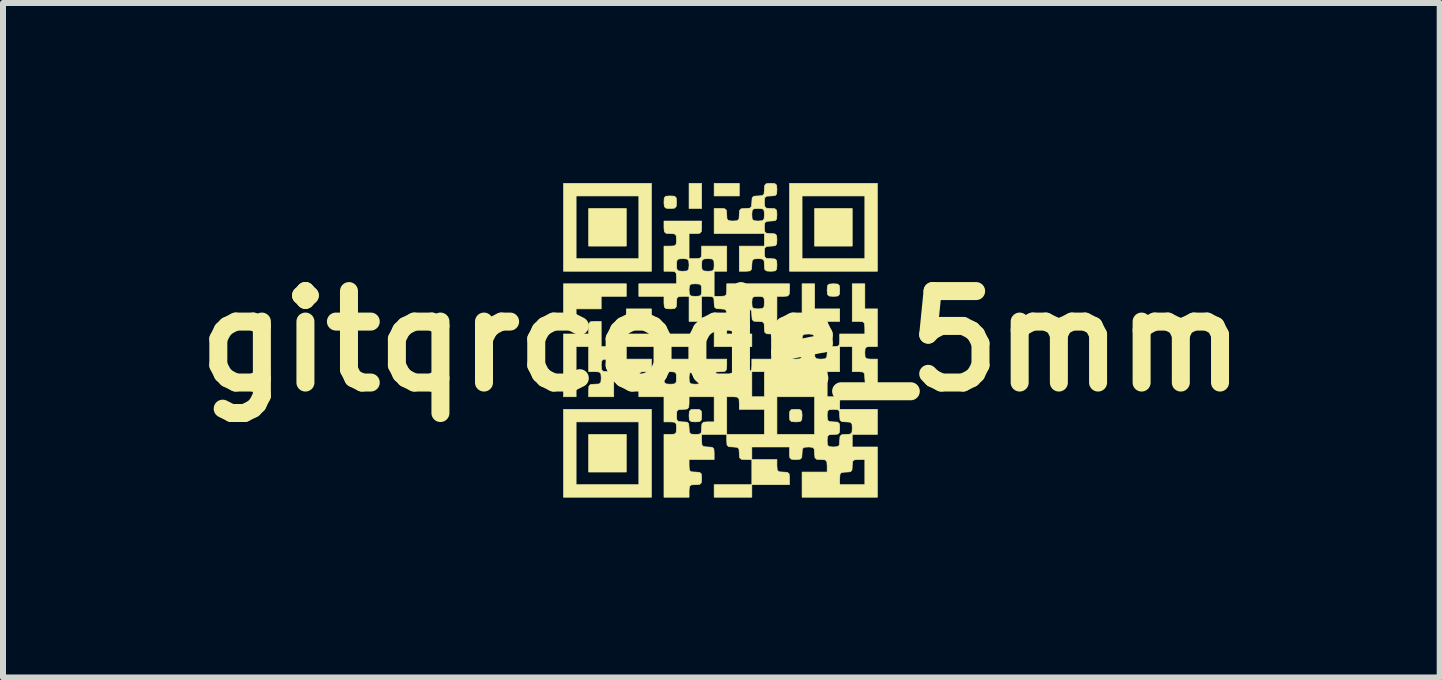
<source format=kicad_pcb>
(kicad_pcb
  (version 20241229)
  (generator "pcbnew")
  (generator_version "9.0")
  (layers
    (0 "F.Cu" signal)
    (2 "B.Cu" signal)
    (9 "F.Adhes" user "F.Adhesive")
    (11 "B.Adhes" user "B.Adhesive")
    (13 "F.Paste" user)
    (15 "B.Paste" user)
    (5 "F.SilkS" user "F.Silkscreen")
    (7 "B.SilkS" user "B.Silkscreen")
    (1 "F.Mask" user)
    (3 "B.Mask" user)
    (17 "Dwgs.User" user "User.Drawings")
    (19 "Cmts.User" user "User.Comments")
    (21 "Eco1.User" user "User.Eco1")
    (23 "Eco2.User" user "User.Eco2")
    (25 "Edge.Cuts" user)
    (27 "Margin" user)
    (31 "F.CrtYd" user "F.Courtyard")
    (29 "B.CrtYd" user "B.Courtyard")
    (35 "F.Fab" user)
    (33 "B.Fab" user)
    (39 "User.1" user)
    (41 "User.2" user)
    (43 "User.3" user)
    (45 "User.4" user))
  (footprint "gitqrcode_5mm"
    (layer "F.Cu")
    (at 8.97 2.635)
    (property "Reference" "gitqrcode_5mm" (at 0 0 0) (layer "F.SilkS") (effects (font (size 1.524 1.524) (thickness 0.3))))
    (attr through_hole)
    (fp_poly (pts (xy -1.584 -1.584) (xy -2.211 -1.584) (xy -2.211 -2.211) (xy -1.584 -2.211) (xy -1.584 -1.584)) (stroke (width 0.01) (type solid)) (fill yes) (layer "F.SilkS"))
    (fp_poly (pts (xy -1.584 2.181) (xy -2.211 2.181) (xy -2.211 1.554) (xy -1.584 1.554) (xy -1.584 2.181)) (stroke (width 0.01) (type solid)) (fill yes) (layer "F.SilkS"))
    (fp_poly (pts (xy -1.165 -0.329) (xy -1.584 -0.329) (xy -1.584 -0.538) (xy -1.165 -0.538) (xy -1.165 -0.329)) (stroke (width 0.01) (type solid)) (fill yes) (layer "F.SilkS"))
    (fp_poly (pts (xy -0.329 -2.211) (xy -0.538 -2.211) (xy -0.538 -2.63) (xy -0.329 -2.63) (xy -0.329 -2.211)) (stroke (width 0.01) (type solid)) (fill yes) (layer "F.SilkS"))
    (fp_poly (pts (xy 0.299 -2.42) (xy -0.12 -2.42) (xy -0.12 -2.63) (xy 0.299 -2.63) (xy 0.299 -2.42)) (stroke (width 0.01) (type solid)) (fill yes) (layer "F.SilkS"))
    (fp_poly (pts (xy 0.508 2.6) (xy -0.12 2.6) (xy -0.12 2.391) (xy 0.508 2.391) (xy 0.508 2.6)) (stroke (width 0.01) (type solid)) (fill yes) (layer "F.SilkS"))
    (fp_poly (pts (xy 2.181 -1.584) (xy 1.554 -1.584) (xy 1.554 -2.211) (xy 2.181 -2.211) (xy 2.181 -1.584)) (stroke (width 0.01) (type solid)) (fill yes) (layer "F.SilkS"))
    (fp_poly (pts (xy -1.165 -1.165) (xy -2.63 -1.165) (xy -2.63 -2.42) (xy -2.42 -2.42) (xy -2.42 -1.375) (xy -1.375 -1.375) (xy -1.375 -2.42) (xy -2.42 -2.42) (xy -2.63 -2.42) (xy -2.63 -2.63) (xy -1.165 -2.63) (xy -1.165 -1.165)) (stroke (width 0.01) (type solid)) (fill yes) (layer "F.SilkS"))
    (fp_poly (pts (xy -1.165 2.6) (xy -2.63 2.6) (xy -2.63 1.345) (xy -2.42 1.345) (xy -2.42 2.391) (xy -1.375 2.391) (xy -1.375 1.345) (xy -2.42 1.345) (xy -2.63 1.345) (xy -2.63 1.136) (xy -1.165 1.136) (xy -1.165 2.6)) (stroke (width 0.01) (type solid)) (fill yes) (layer "F.SilkS"))
    (fp_poly (pts (xy 2.6 -1.165) (xy 1.136 -1.165) (xy 1.136 -2.42) (xy 1.345 -2.42) (xy 1.345 -1.375) (xy 2.391 -1.375) (xy 2.391 -2.42) (xy 1.345 -2.42) (xy 1.136 -2.42) (xy 1.136 -2.63) (xy 2.6 -2.63) (xy 2.6 -1.165)) (stroke (width 0.01) (type solid)) (fill yes) (layer "F.SilkS"))
    (fp_poly (pts (xy -1.584 -0.747) (xy -2.002 -0.747) (xy -2.002 -0.538) (xy -2.42 -0.538) (xy -2.42 -0.433) (xy -2.425 -0.363) (xy -2.451 -0.334) (xy -2.517 -0.329) (xy -2.525 -0.329) (xy -2.63 -0.329) (xy -2.63 -0.956) (xy -1.584 -0.956) (xy -1.584 -0.747)) (stroke (width 0.01) (type solid)) (fill yes) (layer "F.SilkS"))
    (fp_poly (pts (xy 0.508 1.972) (xy 0.926 1.972) (xy 0.926 2.077) (xy 0.931 2.147) (xy 0.957 2.176) (xy 1.023 2.181) (xy 1.031 2.181) (xy 1.101 2.186) (xy 1.13 2.212) (xy 1.136 2.278) (xy 1.136 2.286) (xy 1.136 2.391) (xy 0.508 2.391) (xy 0.508 1.972)) (stroke (width 0.01) (type solid)) (fill yes) (layer "F.SilkS"))
    (fp_poly (pts (xy -0.782 -2.416) (xy -0.753 -2.39) (xy -0.747 -2.324) (xy -0.747 -2.316) (xy -0.752 -2.246) (xy -0.778 -2.217) (xy -0.844 -2.211) (xy -0.852 -2.211) (xy -0.922 -2.216) (xy -0.95 -2.242) (xy -0.956 -2.308) (xy -0.956 -2.316) (xy -0.952 -2.386) (xy -0.926 -2.415) (xy -0.86 -2.42) (xy -0.852 -2.42) (xy -0.782 -2.416)) (stroke (width 0.01) (type solid)) (fill yes) (layer "F.SilkS"))
    (fp_poly (pts (xy -0.363 1.14) (xy -0.334 1.166) (xy -0.329 1.232) (xy -0.329 1.24) (xy -0.333 1.31) (xy -0.359 1.339) (xy -0.425 1.345) (xy -0.433 1.345) (xy -0.503 1.34) (xy -0.532 1.314) (xy -0.538 1.248) (xy -0.538 1.24) (xy -0.533 1.17) (xy -0.507 1.141) (xy -0.441 1.136) (xy -0.433 1.136) (xy -0.363 1.14)) (stroke (width 0.01) (type solid)) (fill yes) (layer "F.SilkS"))
    (fp_poly (pts (xy 1.31 1.14) (xy 1.339 1.166) (xy 1.345 1.232) (xy 1.345 1.24) (xy 1.34 1.31) (xy 1.314 1.339) (xy 1.248 1.345) (xy 1.24 1.345) (xy 1.17 1.34) (xy 1.141 1.314) (xy 1.136 1.248) (xy 1.136 1.24) (xy 1.14 1.17) (xy 1.166 1.141) (xy 1.232 1.136) (xy 1.24 1.136) (xy 1.31 1.14)) (stroke (width 0.01) (type solid)) (fill yes) (layer "F.SilkS"))
    (fp_poly (pts (xy 1.938 -0.952) (xy 1.966 -0.926) (xy 1.972 -0.86) (xy 1.972 -0.852) (xy 1.968 -0.782) (xy 1.942 -0.753) (xy 1.876 -0.747) (xy 1.868 -0.747) (xy 1.798 -0.752) (xy 1.769 -0.778) (xy 1.763 -0.844) (xy 1.763 -0.852) (xy 1.768 -0.922) (xy 1.794 -0.95) (xy 1.86 -0.956) (xy 1.868 -0.956) (xy 1.938 -0.952)) (stroke (width 0.01) (type solid)) (fill yes) (layer "F.SilkS"))
    (fp_poly (pts (xy 0.892 -2.625) (xy 0.921 -2.599) (xy 0.926 -2.533) (xy 0.926 -2.525) (xy 0.922 -2.455) (xy 0.896 -2.426) (xy 0.83 -2.42) (xy 0.822 -2.42) (xy 0.752 -2.416) (xy 0.723 -2.39) (xy 0.717 -2.324) (xy 0.717 -2.316) (xy 0.722 -2.246) (xy 0.748 -2.217) (xy 0.814 -2.211) (xy 0.822 -2.211) (xy 0.892 -2.207) (xy 0.921 -2.181) (xy 0.926 -2.115) (xy 0.926 -2.107) (xy 0.922 -2.037) (xy 0.896 -2.008) (xy 0.83 -2.002) (xy 0.822 -2.002) (xy 0.752 -1.997) (xy 0.723 -1.971) (xy 0.717 -1.905) (xy 0.717 -1.898) (xy 0.722 -1.827) (xy 0.748 -1.799) (xy 0.814 -1.793) (xy 0.822 -1.793) (xy 0.892 -1.788) (xy 0.921 -1.762) (xy 0.926 -1.696) (xy 0.926 -1.688) (xy 0.922 -1.618) (xy 0.896 -1.59) (xy 0.83 -1.584) (xy 0.822 -1.584) (xy 0.752 -1.579) (xy 0.723 -1.553) (xy 0.717 -1.487) (xy 0.717 -1.479) (xy 0.722 -1.409) (xy 0.748 -1.38) (xy 0.814 -1.375) (xy 0.822 -1.375) (xy 0.892 -1.37) (xy 0.921 -1.344) (xy 0.926 -1.278) (xy 0.926 -1.27) (xy 0.922 -1.2) (xy 0.896 -1.171) (xy 0.83 -1.165) (xy 0.822 -1.165) (xy 0.752 -1.17) (xy 0.723 -1.196) (xy 0.717 -1.262) (xy 0.717 -1.27) (xy 0.713 -1.34) (xy 0.686 -1.369) (xy 0.621 -1.375) (xy 0.613 -1.375) (xy 0.542 -1.37) (xy 0.514 -1.344) (xy 0.508 -1.278) (xy 0.508 -1.27) (xy 0.503 -1.2) (xy 0.477 -1.171) (xy 0.411 -1.165) (xy 0.403 -1.165) (xy 0.299 -1.165) (xy 0.299 -1.584) (xy 0.717 -1.584) (xy 0.717 -1.793) (xy -0.12 -1.793) (xy -0.12 -2.211) (xy -0.015 -2.211) (xy 0.055 -2.207) (xy 0.084 -2.181) (xy 0.09 -2.115) (xy 0.09 -2.107) (xy 0.094 -2.037) (xy 0.12 -2.008) (xy 0.186 -2.002) (xy 0.194 -2.002) (xy 0.264 -2.007) (xy 0.293 -2.033) (xy 0.299 -2.099) (xy 0.299 -2.107) (xy 0.508 -2.107) (xy 0.513 -2.037) (xy 0.539 -2.008) (xy 0.605 -2.002) (xy 0.613 -2.002) (xy 0.683 -2.007) (xy 0.711 -2.033) (xy 0.717 -2.099) (xy 0.717 -2.107) (xy 0.713 -2.177) (xy 0.686 -2.206) (xy 0.621 -2.211) (xy 0.613 -2.211) (xy 0.542 -2.207) (xy 0.514 -2.181) (xy 0.508 -2.115) (xy 0.508 -2.107) (xy 0.299 -2.107) (xy 0.303 -2.177) (xy 0.33 -2.206) (xy 0.395 -2.211) (xy 0.403 -2.211) (xy 0.474 -2.216) (xy 0.502 -2.242) (xy 0.508 -2.308) (xy 0.508 -2.316) (xy 0.513 -2.386) (xy 0.539 -2.415) (xy 0.605 -2.42) (xy 0.613 -2.42) (xy 0.683 -2.425) (xy 0.711 -2.451) (xy 0.717 -2.517) (xy 0.717 -2.525) (xy 0.722 -2.595) (xy 0.748 -2.624) (xy 0.814 -2.63) (xy 0.822 -2.63) (xy 0.892 -2.625)) (stroke (width 0.01) (type solid)) (fill yes) (layer "F.SilkS"))
    (fp_poly (pts (xy 0.403 1.972) (xy 0.333 1.968) (xy 0.305 1.942) (xy 0.299 1.876) (xy 0.299 1.868) (xy 0.294 1.798) (xy 0.268 1.769) (xy 0.202 1.763) (xy 0.194 1.763) (xy 0.124 1.758) (xy 0.095 1.732) (xy 0.09 1.666) (xy 0.09 1.658) (xy 0.09 1.554) (xy -0.329 1.554) (xy -0.329 1.658) (xy -0.324 1.729) (xy -0.298 1.757) (xy -0.232 1.763) (xy -0.224 1.763) (xy -0.154 1.768) (xy -0.125 1.794) (xy -0.12 1.86) (xy -0.12 1.868) (xy -0.12 1.972) (xy -0.538 1.972) (xy -0.538 2.077) (xy -0.533 2.147) (xy -0.507 2.176) (xy -0.441 2.181) (xy -0.433 2.181) (xy -0.363 2.186) (xy -0.334 2.212) (xy -0.329 2.278) (xy -0.329 2.286) (xy -0.333 2.356) (xy -0.359 2.385) (xy -0.425 2.391) (xy -0.433 2.391) (xy -0.503 2.395) (xy -0.532 2.421) (xy -0.538 2.487) (xy -0.538 2.495) (xy -0.538 2.6) (xy -0.956 2.6) (xy -0.956 1.554) (xy -0.852 1.554) (xy -0.782 1.549) (xy -0.753 1.523) (xy -0.747 1.457) (xy -0.747 1.449) (xy -0.752 1.379) (xy -0.778 1.35) (xy -0.844 1.345) (xy -0.852 1.345) (xy -0.956 1.345) (xy -0.956 1.24) (xy -0.747 1.24) (xy -0.742 1.31) (xy -0.716 1.339) (xy -0.65 1.345) (xy -0.642 1.345) (xy -0.572 1.349) (xy -0.544 1.375) (xy -0.538 1.441) (xy -0.538 1.449) (xy -0.533 1.519) (xy -0.507 1.548) (xy -0.441 1.554) (xy -0.433 1.554) (xy -0.363 1.549) (xy -0.334 1.523) (xy -0.329 1.457) (xy -0.329 1.449) (xy -0.324 1.379) (xy -0.298 1.35) (xy -0.232 1.345) (xy -0.224 1.345) (xy -0.12 1.345) (xy -0.12 0.926) (xy 0.09 0.926) (xy 0.09 1.554) (xy 0.717 1.554) (xy 0.717 1.136) (xy 0.299 1.136) (xy 0.299 1.031) (xy 0.294 0.961) (xy 0.268 0.932) (xy 0.202 0.926) (xy 0.194 0.926) (xy 0.09 0.926) (xy -0.12 0.926) (xy -0.538 0.926) (xy -0.538 1.031) (xy -0.543 1.101) (xy -0.569 1.13) (xy -0.635 1.136) (xy -0.642 1.136) (xy -0.713 1.14) (xy -0.741 1.166) (xy -0.747 1.232) (xy -0.747 1.24) (xy -0.956 1.24) (xy -0.956 0.926) (xy -1.375 0.926) (xy -1.375 0.822) (xy -1.379 0.752) (xy -1.405 0.723) (xy -1.471 0.717) (xy -1.479 0.717) (xy -1.549 0.713) (xy -1.578 0.686) (xy -1.584 0.621) (xy -1.584 0.613) (xy -1.375 0.613) (xy -1.37 0.683) (xy -1.344 0.711) (xy -1.278 0.717) (xy -1.27 0.717) (xy -1.2 0.713) (xy -1.171 0.686) (xy -1.165 0.621) (xy -1.165 0.613) (xy -0.956 0.613) (xy -0.952 0.683) (xy -0.926 0.711) (xy -0.86 0.717) (xy -0.852 0.717) (xy -0.782 0.713) (xy -0.753 0.686) (xy -0.747 0.621) (xy -0.747 0.613) (xy -0.538 0.613) (xy -0.533 0.683) (xy -0.507 0.711) (xy -0.441 0.717) (xy -0.433 0.717) (xy -0.363 0.713) (xy -0.334 0.686) (xy -0.329 0.621) (xy -0.329 0.613) (xy -0.333 0.542) (xy -0.359 0.514) (xy -0.425 0.508) (xy -0.433 0.508) (xy -0.503 0.513) (xy -0.532 0.539) (xy -0.538 0.605) (xy -0.538 0.613) (xy -0.747 0.613) (xy -0.752 0.542) (xy -0.778 0.514) (xy -0.844 0.508) (xy -0.852 0.508) (xy -0.922 0.513) (xy -0.95 0.539) (xy -0.956 0.605) (xy -0.956 0.613) (xy -1.165 0.613) (xy -1.17 0.542) (xy -1.196 0.514) (xy -1.262 0.508) (xy -1.27 0.508) (xy -1.34 0.513) (xy -1.369 0.539) (xy -1.375 0.605) (xy -1.375 0.613) (xy -1.584 0.613) (xy -1.588 0.542) (xy -1.614 0.514) (xy -1.68 0.508) (xy -1.688 0.508) (xy -1.793 0.508) (xy -1.793 0.926) (xy -2.211 0.926) (xy -2.211 0.822) (xy -2.207 0.752) (xy -2.181 0.723) (xy -2.115 0.717) (xy -2.107 0.717) (xy -2.037 0.713) (xy -2.008 0.686) (xy -2.002 0.621) (xy -2.002 0.613) (xy -2.007 0.542) (xy -2.033 0.514) (xy -2.099 0.508) (xy -2.107 0.508) (xy -2.211 0.508) (xy -2.211 0.403) (xy -2.002 0.403) (xy -1.997 0.474) (xy -1.971 0.502) (xy -1.905 0.508) (xy -1.898 0.508) (xy -1.827 0.503) (xy -1.799 0.477) (xy -1.793 0.411) (xy -1.793 0.403) (xy -1.798 0.333) (xy -1.824 0.305) (xy -1.89 0.299) (xy -1.898 0.299) (xy -1.968 0.303) (xy -1.996 0.33) (xy -2.002 0.395) (xy -2.002 0.403) (xy -2.211 0.403) (xy -2.211 0.09) (xy -2.42 0.09) (xy -2.42 0.926) (xy -2.63 0.926) (xy -2.63 -0.12) (xy -2.211 -0.12) (xy -2.211 -0.224) (xy -2.207 -0.294) (xy -2.181 -0.323) (xy -2.115 -0.329) (xy -2.107 -0.329) (xy -2.002 -0.329) (xy -2.002 0.09) (xy -1.898 0.09) (xy -1.827 0.085) (xy -1.799 0.059) (xy -1.793 -0.007) (xy -1.793 -0.015) (xy -1.793 -0.12) (xy -0.329 -0.12) (xy -0.329 0.09) (xy -1.584 0.09) (xy -1.584 0.299) (xy -1.165 0.299) (xy -1.165 0.403) (xy -1.161 0.474) (xy -1.135 0.502) (xy -1.069 0.508) (xy -1.061 0.508) (xy -0.991 0.503) (xy -0.962 0.477) (xy -0.956 0.411) (xy -0.956 0.403) (xy -0.956 0.299) (xy 0.09 0.299) (xy 0.09 0.403) (xy 0.085 0.474) (xy 0.059 0.502) (xy -0.007 0.508) (xy -0.015 0.508) (xy -0.085 0.513) (xy -0.114 0.539) (xy -0.12 0.605) (xy -0.12 0.613) (xy -0.12 0.717) (xy 0.299 0.717) (xy 0.299 0.613) (xy 0.303 0.542) (xy 0.33 0.514) (xy 0.395 0.508) (xy 0.403 0.508) (xy 0.508 0.508) (xy 0.508 0.926) (xy 0.717 0.926) (xy 0.926 0.926) (xy 0.926 1.554) (xy 1.554 1.554) (xy 1.554 1.24) (xy 1.763 1.24) (xy 1.768 1.31) (xy 1.794 1.339) (xy 1.86 1.345) (xy 1.868 1.345) (xy 1.938 1.349) (xy 1.966 1.375) (xy 1.972 1.441) (xy 1.972 1.449) (xy 1.968 1.519) (xy 1.942 1.548) (xy 1.876 1.554) (xy 1.868 1.554) (xy 1.798 1.559) (xy 1.769 1.585) (xy 1.763 1.651) (xy 1.763 1.658) (xy 1.768 1.729) (xy 1.794 1.757) (xy 1.86 1.763) (xy 1.868 1.763) (xy 1.938 1.758) (xy 1.966 1.732) (xy 1.972 1.666) (xy 1.972 1.658) (xy 1.977 1.588) (xy 2.003 1.56) (xy 2.069 1.554) (xy 2.077 1.554) (xy 2.147 1.549) (xy 2.176 1.523) (xy 2.181 1.457) (xy 2.181 1.449) (xy 2.177 1.379) (xy 2.151 1.35) (xy 2.085 1.345) (xy 2.077 1.345) (xy 2.007 1.34) (xy 1.978 1.314) (xy 1.972 1.248) (xy 1.972 1.24) (xy 1.968 1.17) (xy 1.942 1.141) (xy 1.876 1.136) (xy 1.868 1.136) (xy 1.798 1.14) (xy 1.769 1.166) (xy 1.763 1.232) (xy 1.763 1.24) (xy 1.554 1.24) (xy 1.554 0.926) (xy 0.926 0.926) (xy 0.717 0.926) (xy 0.717 0.613) (xy 0.926 0.613) (xy 0.931 0.683) (xy 0.957 0.711) (xy 1.023 0.717) (xy 1.031 0.717) (xy 1.101 0.713) (xy 1.13 0.686) (xy 1.136 0.621) (xy 1.136 0.613) (xy 1.131 0.542) (xy 1.105 0.514) (xy 1.039 0.508) (xy 1.031 0.508) (xy 0.961 0.513) (xy 0.932 0.539) (xy 0.926 0.605) (xy 0.926 0.613) (xy 0.717 0.613) (xy 0.717 0.508) (xy 0.508 0.508) (xy 0.403 0.508) (xy 0.474 0.503) (xy 0.502 0.477) (xy 0.508 0.411) (xy 0.508 0.403) (xy 0.508 0.299) (xy 0.926 0.299) (xy 0.926 0.194) (xy 1.136 0.194) (xy 1.14 0.264) (xy 1.166 0.293) (xy 1.232 0.299) (xy 1.24 0.299) (xy 1.31 0.294) (xy 1.339 0.268) (xy 1.345 0.202) (xy 1.345 0.194) (xy 1.349 0.124) (xy 1.375 0.095) (xy 1.441 0.09) (xy 1.449 0.09) (xy 1.519 0.094) (xy 1.548 0.12) (xy 1.554 0.186) (xy 1.554 0.194) (xy 1.559 0.264) (xy 1.585 0.293) (xy 1.651 0.299) (xy 1.658 0.299) (xy 1.729 0.294) (xy 1.757 0.268) (xy 1.763 0.202) (xy 1.763 0.194) (xy 1.758 0.124) (xy 1.732 0.095) (xy 1.666 0.09) (xy 1.658 0.09) (xy 1.588 0.085) (xy 1.56 0.059) (xy 1.554 -0.007) (xy 1.554 -0.015) (xy 1.549 -0.085) (xy 1.523 -0.114) (xy 1.457 -0.12) (xy 1.449 -0.12) (xy 1.379 -0.115) (xy 1.35 -0.089) (xy 1.345 -0.023) (xy 1.345 -0.015) (xy 1.34 0.055) (xy 1.314 0.084) (xy 1.248 0.09) (xy 1.24 0.09) (xy 1.17 0.094) (xy 1.141 0.12) (xy 1.136 0.186) (xy 1.136 0.194) (xy 0.926 0.194) (xy 0.926 -0.12) (xy 0.822 -0.12) (xy 0.752 -0.124) (xy 0.723 -0.15) (xy 0.717 -0.216) (xy 0.717 -0.224) (xy 0.713 -0.294) (xy 0.686 -0.323) (xy 0.621 -0.329) (xy 0.613 -0.329) (xy 0.542 -0.333) (xy 0.514 -0.359) (xy 0.508 -0.425) (xy 0.508 -0.433) (xy 0.503 -0.503) (xy 0.477 -0.532) (xy 0.411 -0.538) (xy 0.403 -0.538) (xy 0.333 -0.533) (xy 0.305 -0.507) (xy 0.299 -0.441) (xy 0.299 -0.433) (xy 0.294 -0.363) (xy 0.268 -0.334) (xy 0.202 -0.329) (xy 0.194 -0.329) (xy 0.124 -0.324) (xy 0.095 -0.298) (xy 0.09 -0.232) (xy 0.09 -0.224) (xy 0.09 -0.12) (xy 0.508 -0.12) (xy 0.508 0.09) (xy -0.12 0.09) (xy -0.12 -0.329) (xy -0.015 -0.329) (xy 0.055 -0.333) (xy 0.084 -0.359) (xy 0.09 -0.425) (xy 0.09 -0.433) (xy 0.085 -0.503) (xy 0.059 -0.532) (xy -0.007 -0.538) (xy -0.015 -0.538) (xy -0.085 -0.543) (xy -0.114 -0.569) (xy -0.12 -0.635) (xy -0.12 -0.642) (xy 0.508 -0.642) (xy 0.513 -0.572) (xy 0.539 -0.544) (xy 0.605 -0.538) (xy 0.613 -0.538) (xy 0.683 -0.543) (xy 0.711 -0.569) (xy 0.717 -0.635) (xy 0.717 -0.642) (xy 0.713 -0.713) (xy 0.686 -0.741) (xy 0.621 -0.747) (xy 0.613 -0.747) (xy 0.542 -0.742) (xy 0.514 -0.716) (xy 0.508 -0.65) (xy 0.508 -0.642) (xy -0.12 -0.642) (xy -0.124 -0.713) (xy -0.15 -0.741) (xy -0.216 -0.747) (xy -0.224 -0.747) (xy -0.329 -0.747) (xy -0.329 -0.329) (xy -0.538 -0.329) (xy -0.538 -0.747) (xy -0.642 -0.747) (xy -0.713 -0.742) (xy -0.741 -0.716) (xy -0.747 -0.65) (xy -0.747 -0.642) (xy -0.752 -0.572) (xy -0.778 -0.544) (xy -0.844 -0.538) (xy -0.852 -0.538) (xy -0.922 -0.543) (xy -0.95 -0.569) (xy -0.956 -0.635) (xy -0.956 -0.642) (xy -0.956 -0.747) (xy -1.375 -0.747) (xy -1.375 -0.852) (xy -0.538 -0.852) (xy -0.533 -0.782) (xy -0.507 -0.753) (xy -0.441 -0.747) (xy -0.433 -0.747) (xy -0.363 -0.752) (xy -0.334 -0.778) (xy -0.329 -0.844) (xy -0.329 -0.852) (xy -0.333 -0.922) (xy -0.359 -0.95) (xy -0.425 -0.956) (xy -0.433 -0.956) (xy -0.503 -0.952) (xy -0.532 -0.926) (xy -0.538 -0.86) (xy -0.538 -0.852) (xy -1.375 -0.852) (xy -1.375 -0.956) (xy -0.747 -0.956) (xy -0.747 -1.061) (xy -0.752 -1.131) (xy -0.778 -1.16) (xy -0.844 -1.165) (xy -0.852 -1.165) (xy -0.956 -1.165) (xy -0.956 -1.27) (xy -0.747 -1.27) (xy -0.742 -1.2) (xy -0.716 -1.171) (xy -0.65 -1.165) (xy -0.642 -1.165) (xy -0.572 -1.17) (xy -0.544 -1.196) (xy -0.538 -1.262) (xy -0.538 -1.27) (xy -0.329 -1.27) (xy -0.324 -1.2) (xy -0.298 -1.171) (xy -0.232 -1.165) (xy -0.224 -1.165) (xy -0.154 -1.17) (xy -0.125 -1.196) (xy -0.12 -1.262) (xy -0.12 -1.27) (xy -0.124 -1.34) (xy -0.15 -1.369) (xy -0.216 -1.375) (xy -0.224 -1.375) (xy -0.294 -1.37) (xy -0.323 -1.344) (xy -0.329 -1.278) (xy -0.329 -1.27) (xy -0.538 -1.27) (xy -0.543 -1.34) (xy -0.569 -1.369) (xy -0.635 -1.375) (xy -0.642 -1.375) (xy -0.713 -1.37) (xy -0.741 -1.344) (xy -0.747 -1.278) (xy -0.747 -1.27) (xy -0.956 -1.27) (xy -0.956 -1.584) (xy -0.852 -1.584) (xy -0.782 -1.588) (xy -0.753 -1.614) (xy -0.747 -1.68) (xy -0.747 -1.688) (xy -0.752 -1.758) (xy -0.778 -1.787) (xy -0.844 -1.793) (xy -0.852 -1.793) (xy -0.922 -1.798) (xy -0.95 -1.824) (xy -0.956 -1.89) (xy -0.956 -1.898) (xy -0.956 -2.002) (xy -0.329 -2.002) (xy -0.329 -1.898) (xy -0.333 -1.827) (xy -0.359 -1.799) (xy -0.425 -1.793) (xy -0.433 -1.793) (xy -0.538 -1.793) (xy -0.538 -1.375) (xy -0.433 -1.375) (xy -0.363 -1.379) (xy -0.334 -1.405) (xy -0.329 -1.471) (xy -0.329 -1.479) (xy -0.329 -1.584) (xy 0.09 -1.584) (xy 0.09 -1.165) (xy -0.12 -1.165) (xy -0.12 -0.747) (xy -0.015 -0.747) (xy 0.055 -0.752) (xy 0.084 -0.778) (xy 0.09 -0.844) (xy 0.09 -0.852) (xy 0.09 -0.956) (xy 1.136 -0.956) (xy 1.136 -0.852) (xy 1.131 -0.782) (xy 1.105 -0.753) (xy 1.039 -0.747) (xy 1.031 -0.747) (xy 0.926 -0.747) (xy 0.926 -0.329) (xy 1.345 -0.329) (xy 1.345 -0.956) (xy 1.554 -0.956) (xy 1.554 -0.538) (xy 1.972 -0.538) (xy 1.972 -0.329) (xy 1.554 -0.329) (xy 1.554 -0.224) (xy 1.559 -0.154) (xy 1.585 -0.125) (xy 1.651 -0.12) (xy 1.658 -0.12) (xy 1.729 -0.115) (xy 1.757 -0.089) (xy 1.763 -0.023) (xy 1.763 -0.015) (xy 1.768 0.055) (xy 1.794 0.084) (xy 1.86 0.09) (xy 1.868 0.09) (xy 1.938 0.085) (xy 1.966 0.059) (xy 1.972 -0.007) (xy 1.972 -0.015) (xy 1.972 -0.12) (xy 2.391 -0.12) (xy 2.391 -0.224) (xy 2.386 -0.294) (xy 2.36 -0.323) (xy 2.294 -0.329) (xy 2.286 -0.329) (xy 2.181 -0.329) (xy 2.181 -0.956) (xy 2.391 -0.956) (xy 2.391 -0.538) (xy 2.6 -0.538) (xy 2.6 0.09) (xy 2.495 0.09) (xy 2.425 0.094) (xy 2.396 0.12) (xy 2.391 0.186) (xy 2.391 0.194) (xy 2.395 0.264) (xy 2.421 0.293) (xy 2.487 0.299) (xy 2.495 0.299) (xy 2.6 0.299) (xy 2.6 0.717) (xy 2.495 0.717) (xy 2.425 0.713) (xy 2.396 0.686) (xy 2.391 0.621) (xy 2.391 0.613) (xy 2.386 0.542) (xy 2.36 0.514) (xy 2.294 0.508) (xy 2.286 0.508) (xy 2.181 0.508) (xy 2.181 0.09) (xy 1.972 0.09) (xy 1.972 0.508) (xy 1.763 0.508) (xy 1.763 0.926) (xy 1.868 0.926) (xy 1.938 0.922) (xy 1.966 0.896) (xy 1.972 0.83) (xy 1.972 0.822) (xy 1.977 0.752) (xy 2.003 0.723) (xy 2.069 0.717) (xy 2.077 0.717) (xy 2.147 0.722) (xy 2.176 0.748) (xy 2.181 0.814) (xy 2.181 0.822) (xy 2.177 0.892) (xy 2.151 0.921) (xy 2.085 0.926) (xy 2.077 0.926) (xy 2.007 0.931) (xy 1.978 0.957) (xy 1.972 1.023) (xy 1.972 1.031) (xy 1.972 1.136) (xy 2.6 1.136) (xy 2.6 1.554) (xy 2.181 1.554) (xy 2.181 1.763) (xy 2.6 1.763) (xy 2.6 2.6) (xy 1.345 2.6) (xy 1.345 2.286) (xy 1.972 2.286) (xy 1.972 2.391) (xy 2.391 2.391) (xy 2.391 1.972) (xy 2.286 1.972) (xy 2.216 1.977) (xy 2.187 2.003) (xy 2.181 2.069) (xy 2.181 2.077) (xy 2.177 2.147) (xy 2.151 2.176) (xy 2.085 2.181) (xy 2.077 2.181) (xy 2.007 2.186) (xy 1.978 2.212) (xy 1.972 2.278) (xy 1.972 2.286) (xy 1.345 2.286) (xy 1.345 2.181) (xy 1.763 2.181) (xy 1.763 2.077) (xy 1.758 2.007) (xy 1.732 1.978) (xy 1.666 1.972) (xy 1.658 1.972) (xy 1.588 1.968) (xy 1.56 1.942) (xy 1.554 1.876) (xy 1.554 1.868) (xy 1.549 1.798) (xy 1.523 1.769) (xy 1.457 1.763) (xy 1.449 1.763) (xy 1.379 1.768) (xy 1.35 1.794) (xy 1.345 1.86) (xy 1.345 1.868) (xy 1.34 1.938) (xy 1.314 1.966) (xy 1.248 1.972) (xy 1.24 1.972) (xy 1.17 1.968) (xy 1.141 1.942) (xy 1.136 1.876) (xy 1.136 1.868) (xy 1.136 1.763) (xy 0.508 1.763) (xy 0.508 1.972) (xy 0.403 1.972)) (stroke (width 0.01) (type solid)) (fill yes) (layer "F.SilkS")))
  (gr_rect
    (start -3 -3)
    (end 20.94 8.239)
    (stroke (width 0.1) (type default))
    (fill no)
    (layer "Edge.Cuts")))
</source>
